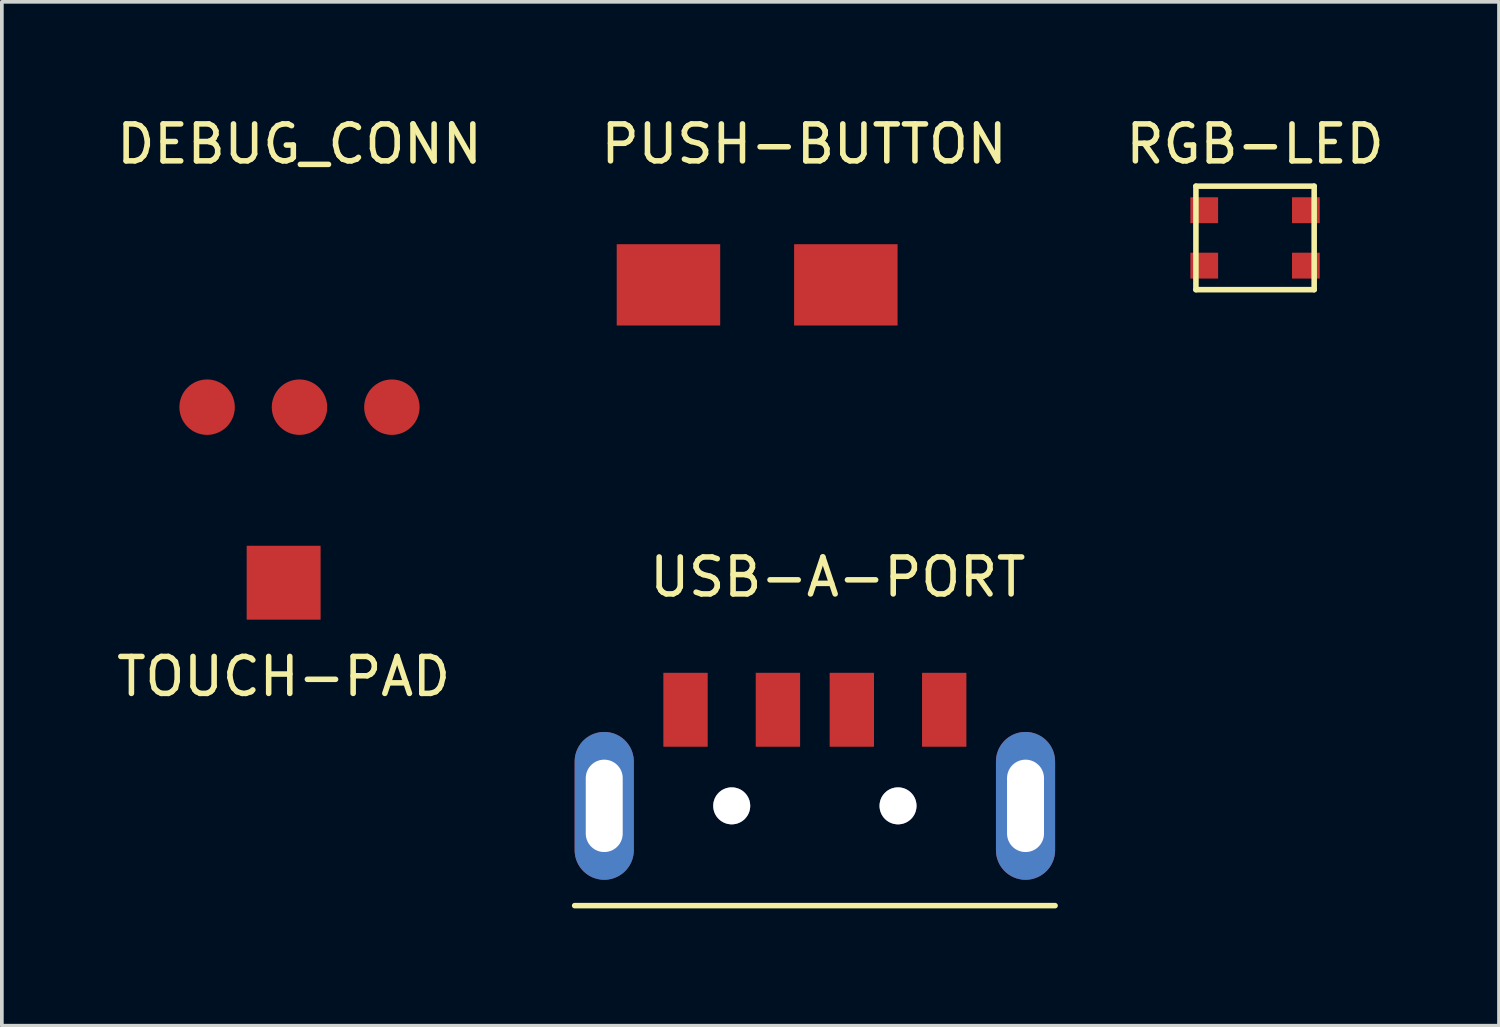
<source format=kicad_pcb>
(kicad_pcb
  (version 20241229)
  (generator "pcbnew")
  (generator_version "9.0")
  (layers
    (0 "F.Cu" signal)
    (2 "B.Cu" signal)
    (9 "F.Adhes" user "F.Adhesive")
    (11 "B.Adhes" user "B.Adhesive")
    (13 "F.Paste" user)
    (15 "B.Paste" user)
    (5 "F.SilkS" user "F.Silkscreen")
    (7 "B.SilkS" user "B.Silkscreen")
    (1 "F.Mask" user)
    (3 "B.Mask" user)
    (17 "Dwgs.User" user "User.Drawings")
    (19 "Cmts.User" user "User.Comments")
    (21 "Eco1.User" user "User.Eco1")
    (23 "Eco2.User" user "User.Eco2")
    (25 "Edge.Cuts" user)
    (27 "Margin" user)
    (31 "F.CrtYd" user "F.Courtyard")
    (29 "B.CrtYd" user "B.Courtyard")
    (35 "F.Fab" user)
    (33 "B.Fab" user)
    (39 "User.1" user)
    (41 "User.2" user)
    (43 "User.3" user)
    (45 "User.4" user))
  (footprint "RGB-LED"
    (layer "F.Cu")
    (at 30.911 3.388)
    (property "Reference" "RGB-LED" (at 0 -2.54 0) (layer "F.SilkS") (effects (font (size 1 1) (thickness 0.15))))
    (attr through_hole)
    (fp_line (start -1.6 1.4) (end -1.6 -1.4) (stroke (width 0.15) (type solid)) (layer "F.SilkS"))
    (fp_line (start 1.6 -1.4) (end -1.6 -1.4) (stroke (width 0.15) (type solid)) (layer "F.SilkS"))
    (fp_line (start 1.6 1.4) (end -1.6 1.4) (stroke (width 0.15) (type solid)) (layer "F.SilkS"))
    (fp_line (start 1.6 1.4) (end 1.6 -1.4) (stroke (width 0.15) (type solid)) (layer "F.SilkS"))
    (pad "1" smd rect (at -1.375 -0.75) (size 0.75 0.7) (layers "F.Cu" "F.Mask" "F.Paste"))
    (pad "2" smd rect (at -1.375 0.75) (size 0.75 0.7) (layers "F.Cu" "F.Mask" "F.Paste"))
    (pad "3" smd rect (at 1.375 0.75) (size 0.75 0.7) (layers "F.Cu" "F.Mask" "F.Paste"))
    (pad "4" smd rect (at 1.375 -0.75) (size 0.75 0.7) (layers "F.Cu" "F.Mask" "F.Paste")))
  (footprint "DEBUG_CONN"
    (layer "F.Cu")
    (at 5.054 7.968)
    (property "Reference" "DEBUG_CONN" (at 0 -7.12 0) (layer "F.SilkS") (effects (font (size 1 1) (thickness 0.15))))
    (attr through_hole)
    (pad "1" smd circle (at -2.5 0) (size 1.5 1.5) (layers "F.Cu" "F.Mask" "F.Paste"))
    (pad "2" smd circle (at 0 0) (size 1.5 1.5) (layers "F.Cu" "F.Mask" "F.Paste"))
    (pad "3" smd circle (at 2.5 0) (size 1.5 1.5) (layers "F.Cu" "F.Mask" "F.Paste")))
  (footprint "TOUCH-PAD"
    (layer "F.Cu")
    (at 4.625 12.718)
    (property "Reference" "TOUCH-PAD" (at 0 2.54 0) (layer "F.SilkS") (effects (font (size 1 1) (thickness 0.15))))
    (attr through_hole)
    (pad "1" smd rect (at 0 0) (size 2 2) (layers "F.Cu" "F.Mask" "F.Paste")))
  (footprint "USB-A-PORT"
    (layer "F.Cu")
    (at 12.5 21.456)
    (property "Reference" "USB-A-PORT" (at 7.12 -8.89 0) (layer "F.SilkS") (effects (font (size 1 1) (thickness 0.15))))
    (attr through_hole)
    (fp_line (start 0 0) (end 13 0) (stroke (width 0.15) (type solid)) (layer "F.SilkS"))
    (pad "1" smd rect (at 3 -5.3) (size 1.2 2) (layers "F.Cu" "F.Mask" "F.Paste"))
    (pad "2" smd rect (at 5.5 -5.3) (size 1.2 2) (layers "F.Cu" "F.Mask" "F.Paste"))
    (pad "3" smd rect (at 7.5 -5.3) (size 1.2 2) (layers "F.Cu" "F.Mask" "F.Paste"))
    (pad "4" smd rect (at 10 -5.3) (size 1.2 2) (layers "F.Cu" "F.Mask" "F.Paste"))
    (pad "HOLE" thru_hole oval (at 0.8 -2.7) (size 1.6 4) (drill oval 1 2.5) (layers "*.Cu" "*.Mask"))
    (pad "HOLE" thru_hole circle (at 4.25 -2.7) (size 1 1) (drill 1) (layers "*.Cu" "*.Mask"))
    (pad "HOLE" thru_hole circle (at 8.75 -2.7) (size 1 1) (drill 1) (layers "*.Cu" "*.Mask"))
    (pad "HOLE" thru_hole oval (at 12.2 -2.7) (size 1.6 4) (drill oval 1 2.5) (layers "*.Cu" "*.Mask")))
  (footprint "PUSH-BUTTON"
    (layer "F.Cu")
    (at 17.438 4.658)
    (property "Reference" "PUSH-BUTTON" (at 1.27 -3.81 0) (layer "F.SilkS") (effects (font (size 1 1) (thickness 0.15))))
    (attr through_hole)
    (pad "1" smd rect (at -2.4 0) (size 2.8 2.2) (layers "F.Cu" "F.Mask" "F.Paste"))
    (pad "2" smd rect (at 2.4 0) (size 2.8 2.2) (layers "F.Cu" "F.Mask" "F.Paste")))
  (gr_rect
    (start -3 -3)
    (end 37.512 24.706)
    (stroke (width 0.1) (type default))
    (fill no)
    (layer "Edge.Cuts")))
</source>
